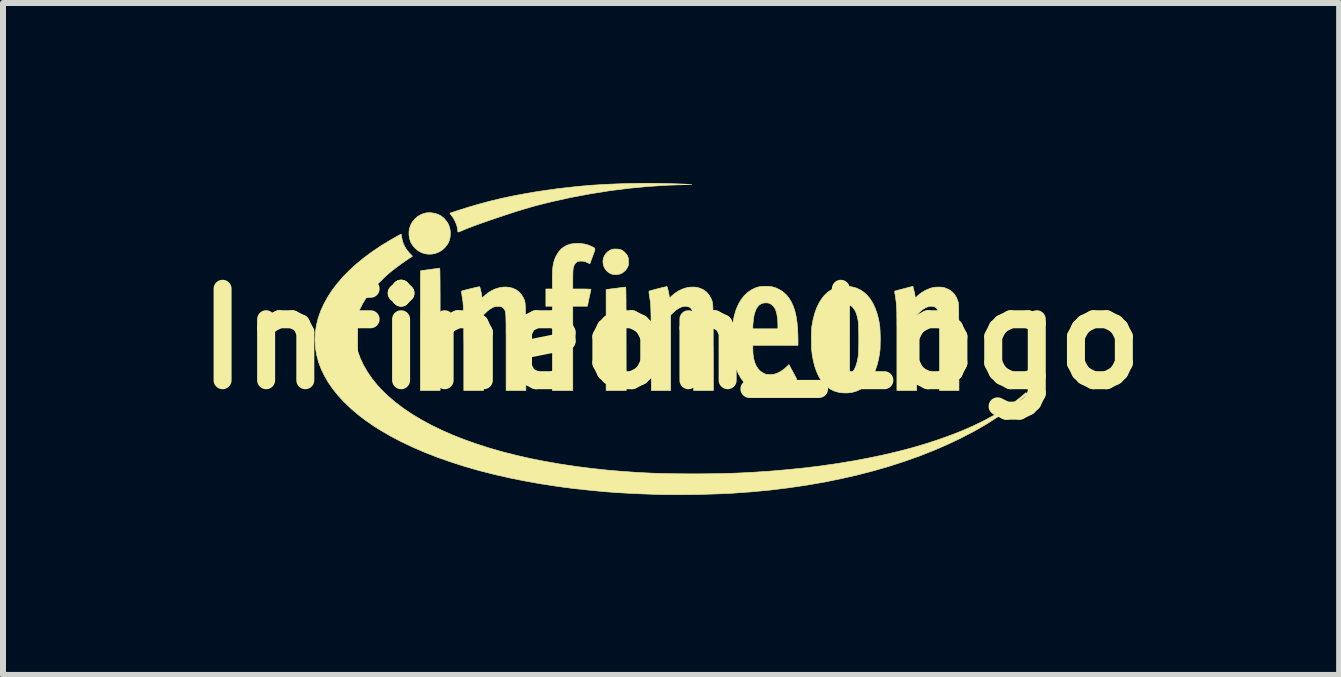
<source format=kicad_pcb>
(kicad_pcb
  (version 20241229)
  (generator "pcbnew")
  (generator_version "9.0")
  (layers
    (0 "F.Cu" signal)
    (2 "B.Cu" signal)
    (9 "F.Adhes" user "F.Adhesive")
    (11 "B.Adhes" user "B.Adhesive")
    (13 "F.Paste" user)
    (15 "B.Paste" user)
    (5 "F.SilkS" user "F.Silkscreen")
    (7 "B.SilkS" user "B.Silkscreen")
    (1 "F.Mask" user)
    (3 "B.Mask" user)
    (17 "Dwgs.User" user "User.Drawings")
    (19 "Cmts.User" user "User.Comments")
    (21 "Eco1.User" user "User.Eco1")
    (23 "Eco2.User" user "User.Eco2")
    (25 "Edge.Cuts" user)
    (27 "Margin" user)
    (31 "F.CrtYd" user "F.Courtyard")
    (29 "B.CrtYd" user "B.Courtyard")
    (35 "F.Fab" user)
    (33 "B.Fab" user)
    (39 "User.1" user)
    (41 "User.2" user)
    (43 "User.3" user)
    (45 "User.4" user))
  (footprint "Infineon_Logo"
    (layer "F.Cu")
    (at 8.135 2.598)
    (property "Reference" "Infineon_Logo" (at 0 0 0) (layer "F.SilkS") (effects (font (size 1.524 1.524) (thickness 0.3))))
    (attr through_hole)
    (fp_poly (pts (xy -0.759 -0.862) (xy -0.758 -0.86) (xy -0.756 -0.856) (xy -0.755 -0.85) (xy -0.754 -0.841) (xy -0.753 -0.829) (xy -0.753 -0.812) (xy -0.752 -0.791) (xy -0.752 -0.765) (xy -0.751 -0.733) (xy -0.751 -0.694) (xy -0.75 -0.648) (xy -0.75 -0.595) (xy -0.75 -0.534) (xy -0.749 -0.464) (xy -0.749 -0.385) (xy -0.749 -0.296) (xy -0.749 -0.196) (xy -0.749 -0.086) (xy -0.749 -0.001) (xy -0.747 0.861) (xy -1.082 0.861) (xy -1.082 -0.822) (xy -0.928 -0.842) (xy -0.886 -0.847) (xy -0.847 -0.852) (xy -0.814 -0.856) (xy -0.787 -0.86) (xy -0.769 -0.862) (xy -0.762 -0.862) (xy -0.76 -0.863) (xy -0.759 -0.862)) (stroke (width 0.01) (type solid)) (fill yes) (layer "F.SilkS"))
    (fp_poly (pts (xy -0.876 -1.495) (xy -0.843 -1.488) (xy -0.814 -1.476) (xy -0.787 -1.455) (xy -0.768 -1.438) (xy -0.742 -1.409) (xy -0.725 -1.381) (xy -0.714 -1.351) (xy -0.709 -1.316) (xy -0.708 -1.288) (xy -0.709 -1.259) (xy -0.71 -1.237) (xy -0.714 -1.22) (xy -0.72 -1.204) (xy -0.724 -1.194) (xy -0.748 -1.156) (xy -0.781 -1.122) (xy -0.819 -1.095) (xy -0.829 -1.09) (xy -0.863 -1.078) (xy -0.903 -1.072) (xy -0.944 -1.071) (xy -0.981 -1.077) (xy -0.987 -1.079) (xy -1.027 -1.097) (xy -1.064 -1.125) (xy -1.094 -1.158) (xy -1.095 -1.16) (xy -1.119 -1.204) (xy -1.132 -1.25) (xy -1.135 -1.296) (xy -1.128 -1.342) (xy -1.11 -1.385) (xy -1.084 -1.424) (xy -1.049 -1.457) (xy -1.011 -1.48) (xy -0.994 -1.488) (xy -0.979 -1.493) (xy -0.961 -1.496) (xy -0.938 -1.497) (xy -0.917 -1.497) (xy -0.876 -1.495)) (stroke (width 0.01) (type solid)) (fill yes) (layer "F.SilkS"))
    (fp_poly (pts (xy -4.004 -2.102) (xy -3.939 -2.093) (xy -3.88 -2.074) (xy -3.826 -2.044) (xy -3.778 -2.003) (xy -3.737 -1.953) (xy -3.729 -1.942) (xy -3.705 -1.897) (xy -3.689 -1.85) (xy -3.68 -1.799) (xy -3.679 -1.757) (xy -3.682 -1.701) (xy -3.692 -1.651) (xy -3.71 -1.605) (xy -3.729 -1.573) (xy -3.769 -1.522) (xy -3.815 -1.48) (xy -3.868 -1.448) (xy -3.925 -1.425) (xy -3.985 -1.413) (xy -4.048 -1.411) (xy -4.108 -1.42) (xy -4.163 -1.439) (xy -4.215 -1.468) (xy -4.262 -1.506) (xy -4.302 -1.551) (xy -4.334 -1.601) (xy -4.341 -1.617) (xy -4.358 -1.669) (xy -4.367 -1.726) (xy -4.368 -1.783) (xy -4.361 -1.838) (xy -4.359 -1.843) (xy -4.338 -1.901) (xy -4.307 -1.955) (xy -4.267 -2.002) (xy -4.22 -2.042) (xy -4.167 -2.073) (xy -4.109 -2.094) (xy -4.102 -2.095) (xy -4.069 -2.101) (xy -4.032 -2.103) (xy -4.004 -2.102)) (stroke (width 0.01) (type solid)) (fill yes) (layer "F.SilkS"))
    (fp_poly (pts (xy -3.855 -1.175) (xy -3.854 -1.169) (xy -3.854 -1.157) (xy -3.853 -1.14) (xy -3.852 -1.117) (xy -3.852 -1.087) (xy -3.851 -1.051) (xy -3.851 -1.007) (xy -3.85 -0.956) (xy -3.85 -0.897) (xy -3.85 -0.829) (xy -3.849 -0.751) (xy -3.849 -0.665) (xy -3.849 -0.568) (xy -3.849 -0.461) (xy -3.849 -0.343) (xy -3.849 -0.214) (xy -3.849 -0.158) (xy -3.849 0.861) (xy -4.178 0.861) (xy -4.178 -0.137) (xy -4.178 -0.246) (xy -4.178 -0.351) (xy -4.177 -0.452) (xy -4.177 -0.548) (xy -4.177 -0.64) (xy -4.177 -0.725) (xy -4.177 -0.805) (xy -4.177 -0.877) (xy -4.177 -0.942) (xy -4.177 -0.998) (xy -4.176 -1.046) (xy -4.176 -1.084) (xy -4.176 -1.112) (xy -4.176 -1.129) (xy -4.175 -1.136) (xy -4.175 -1.136) (xy -4.169 -1.136) (xy -4.153 -1.138) (xy -4.127 -1.142) (xy -4.095 -1.146) (xy -4.057 -1.151) (xy -4.019 -1.156) (xy -3.977 -1.162) (xy -3.938 -1.167) (xy -3.906 -1.171) (xy -3.88 -1.175) (xy -3.863 -1.177) (xy -3.856 -1.177) (xy -3.855 -1.175)) (stroke (width 0.01) (type solid)) (fill yes) (layer "F.SilkS"))
    (fp_poly (pts (xy -1.507 -1.589) (xy -1.44 -1.58) (xy -1.381 -1.564) (xy -1.325 -1.541) (xy -1.321 -1.538) (xy -1.301 -1.528) (xy -1.286 -1.52) (xy -1.276 -1.513) (xy -1.27 -1.504) (xy -1.269 -1.492) (xy -1.272 -1.476) (xy -1.279 -1.454) (xy -1.29 -1.424) (xy -1.304 -1.385) (xy -1.307 -1.376) (xy -1.354 -1.25) (xy -1.378 -1.264) (xy -1.423 -1.284) (xy -1.472 -1.295) (xy -1.513 -1.296) (xy -1.544 -1.292) (xy -1.567 -1.283) (xy -1.587 -1.267) (xy -1.603 -1.246) (xy -1.613 -1.23) (xy -1.62 -1.214) (xy -1.626 -1.196) (xy -1.631 -1.174) (xy -1.634 -1.146) (xy -1.636 -1.111) (xy -1.637 -1.068) (xy -1.638 -1.015) (xy -1.638 -0.991) (xy -1.638 -0.831) (xy -1.485 -0.831) (xy -1.436 -0.831) (xy -1.398 -0.83) (xy -1.371 -0.829) (xy -1.351 -0.828) (xy -1.34 -0.827) (xy -1.335 -0.825) (xy -1.334 -0.823) (xy -1.336 -0.815) (xy -1.34 -0.798) (xy -1.346 -0.772) (xy -1.353 -0.739) (xy -1.361 -0.702) (xy -1.366 -0.68) (xy -1.394 -0.544) (xy -1.638 -0.544) (xy -1.638 0.861) (xy -1.978 0.861) (xy -1.978 -0.544) (xy -2.086 -0.544) (xy -2.086 -0.831) (xy -1.978 -0.831) (xy -1.978 -0.991) (xy -1.978 -1.062) (xy -1.976 -1.124) (xy -1.972 -1.177) (xy -1.966 -1.223) (xy -1.958 -1.264) (xy -1.948 -1.302) (xy -1.935 -1.338) (xy -1.918 -1.375) (xy -1.912 -1.387) (xy -1.877 -1.445) (xy -1.835 -1.494) (xy -1.787 -1.532) (xy -1.732 -1.561) (xy -1.67 -1.581) (xy -1.601 -1.59) (xy -1.525 -1.591) (xy -1.507 -1.589)) (stroke (width 0.01) (type solid)) (fill yes) (layer "F.SilkS"))
    (fp_poly (pts (xy -0.265 -2.592) (xy -0.165 -2.591) (xy -0.066 -2.589) (xy 0.03 -2.586) (xy 0.12 -2.583) (xy 0.203 -2.58) (xy 0.272 -2.576) (xy 0.344 -2.572) (xy 0.272 -2.571) (xy -0.048 -2.561) (xy -0.371 -2.541) (xy -0.696 -2.51) (xy -1.023 -2.469) (xy -1.349 -2.417) (xy -1.674 -2.356) (xy -1.995 -2.285) (xy -2.172 -2.241) (xy -2.268 -2.216) (xy -2.374 -2.186) (xy -2.488 -2.152) (xy -2.61 -2.114) (xy -2.739 -2.072) (xy -2.874 -2.027) (xy -3.013 -1.98) (xy -3.141 -1.935) (xy -3.205 -1.912) (xy -3.261 -1.892) (xy -3.309 -1.874) (xy -3.353 -1.857) (xy -3.395 -1.841) (xy -3.436 -1.824) (xy -3.478 -1.806) (xy -3.5 -1.797) (xy -3.524 -1.787) (xy -3.539 -1.782) (xy -3.548 -1.781) (xy -3.552 -1.784) (xy -3.553 -1.785) (xy -3.555 -1.797) (xy -3.556 -1.812) (xy -3.56 -1.845) (xy -3.57 -1.885) (xy -3.585 -1.927) (xy -3.605 -1.971) (xy -3.628 -2.012) (xy -3.652 -2.048) (xy -3.658 -2.055) (xy -3.672 -2.073) (xy -3.682 -2.086) (xy -3.686 -2.094) (xy -3.686 -2.095) (xy -3.68 -2.097) (xy -3.665 -2.102) (xy -3.641 -2.11) (xy -3.611 -2.12) (xy -3.577 -2.131) (xy -3.565 -2.135) (xy -3.376 -2.195) (xy -3.19 -2.249) (xy -3.006 -2.298) (xy -2.821 -2.342) (xy -2.633 -2.382) (xy -2.439 -2.419) (xy -2.238 -2.453) (xy -2.077 -2.477) (xy -1.887 -2.503) (xy -1.7 -2.525) (xy -1.516 -2.544) (xy -1.331 -2.56) (xy -1.143 -2.572) (xy -0.95 -2.581) (xy -0.75 -2.588) (xy -0.55 -2.592) (xy -0.46 -2.593) (xy -0.364 -2.593) (xy -0.265 -2.592)) (stroke (width 0.01) (type solid)) (fill yes) (layer "F.SilkS"))
    (fp_poly (pts (xy 4.047 -0.812) (xy 4.055 -0.782) (xy 4.061 -0.751) (xy 4.066 -0.725) (xy 4.067 -0.714) (xy 4.071 -0.678) (xy 4.11 -0.717) (xy 4.148 -0.75) (xy 4.186 -0.777) (xy 4.23 -0.803) (xy 4.264 -0.819) (xy 4.314 -0.84) (xy 4.361 -0.854) (xy 4.409 -0.861) (xy 4.461 -0.863) (xy 4.494 -0.862) (xy 4.519 -0.86) (xy 4.541 -0.856) (xy 4.564 -0.85) (xy 4.574 -0.846) (xy 4.632 -0.821) (xy 4.682 -0.787) (xy 4.723 -0.745) (xy 4.755 -0.694) (xy 4.78 -0.634) (xy 4.785 -0.615) (xy 4.787 -0.609) (xy 4.788 -0.601) (xy 4.789 -0.592) (xy 4.791 -0.58) (xy 4.792 -0.565) (xy 4.792 -0.546) (xy 4.793 -0.523) (xy 4.794 -0.494) (xy 4.795 -0.46) (xy 4.795 -0.42) (xy 4.795 -0.372) (xy 4.796 -0.317) (xy 4.796 -0.253) (xy 4.797 -0.18) (xy 4.797 -0.098) (xy 4.797 -0.005) (xy 4.797 0.099) (xy 4.798 0.142) (xy 4.799 0.861) (xy 4.476 0.861) (xy 4.476 0.261) (xy 4.476 0.16) (xy 4.476 0.065) (xy 4.476 -0.022) (xy 4.475 -0.102) (xy 4.475 -0.173) (xy 4.474 -0.235) (xy 4.473 -0.288) (xy 4.473 -0.331) (xy 4.472 -0.363) (xy 4.471 -0.384) (xy 4.47 -0.391) (xy 4.462 -0.439) (xy 4.449 -0.478) (xy 4.431 -0.506) (xy 4.407 -0.526) (xy 4.379 -0.538) (xy 4.336 -0.544) (xy 4.291 -0.538) (xy 4.245 -0.52) (xy 4.197 -0.491) (xy 4.148 -0.451) (xy 4.145 -0.447) (xy 4.094 -0.399) (xy 4.094 0.861) (xy 3.765 0.861) (xy 3.765 0.18) (xy 3.765 0.071) (xy 3.765 -0.028) (xy 3.765 -0.115) (xy 3.765 -0.194) (xy 3.764 -0.263) (xy 3.764 -0.324) (xy 3.763 -0.378) (xy 3.763 -0.425) (xy 3.762 -0.467) (xy 3.761 -0.503) (xy 3.759 -0.535) (xy 3.757 -0.563) (xy 3.755 -0.589) (xy 3.753 -0.612) (xy 3.75 -0.634) (xy 3.747 -0.656) (xy 3.744 -0.678) (xy 3.74 -0.701) (xy 3.739 -0.711) (xy 3.734 -0.741) (xy 3.73 -0.766) (xy 3.728 -0.784) (xy 3.727 -0.794) (xy 3.727 -0.794) (xy 3.733 -0.797) (xy 3.749 -0.801) (xy 3.773 -0.808) (xy 3.802 -0.816) (xy 3.835 -0.825) (xy 3.87 -0.834) (xy 3.906 -0.843) (xy 3.939 -0.852) (xy 3.969 -0.86) (xy 3.993 -0.866) (xy 4.009 -0.869) (xy 4.013 -0.87) (xy 4.032 -0.874) (xy 4.047 -0.812)) (stroke (width 0.01) (type solid)) (fill yes) (layer "F.SilkS"))
    (fp_poly (pts (xy -0.068 -0.871) (xy -0.064 -0.862) (xy -0.058 -0.845) (xy -0.052 -0.821) (xy -0.046 -0.795) (xy -0.04 -0.767) (xy -0.035 -0.742) (xy -0.032 -0.722) (xy -0.032 -0.722) (xy -0.03 -0.701) (xy -0.028 -0.687) (xy -0.026 -0.681) (xy -0.026 -0.681) (xy -0.021 -0.685) (xy -0.009 -0.695) (xy 0.006 -0.71) (xy 0.011 -0.715) (xy 0.066 -0.761) (xy 0.126 -0.8) (xy 0.19 -0.83) (xy 0.256 -0.851) (xy 0.323 -0.862) (xy 0.389 -0.863) (xy 0.428 -0.859) (xy 0.488 -0.842) (xy 0.543 -0.816) (xy 0.59 -0.781) (xy 0.629 -0.738) (xy 0.657 -0.691) (xy 0.664 -0.678) (xy 0.67 -0.666) (xy 0.675 -0.655) (xy 0.679 -0.644) (xy 0.683 -0.632) (xy 0.687 -0.618) (xy 0.69 -0.603) (xy 0.692 -0.584) (xy 0.695 -0.563) (xy 0.697 -0.537) (xy 0.698 -0.506) (xy 0.699 -0.47) (xy 0.7 -0.427) (xy 0.701 -0.378) (xy 0.702 -0.321) (xy 0.702 -0.256) (xy 0.703 -0.182) (xy 0.703 -0.098) (xy 0.703 -0.004) (xy 0.703 0.101) (xy 0.704 0.154) (xy 0.706 0.861) (xy 0.377 0.861) (xy 0.376 0.247) (xy 0.376 0.147) (xy 0.376 0.054) (xy 0.376 -0.032) (xy 0.375 -0.111) (xy 0.375 -0.182) (xy 0.374 -0.245) (xy 0.374 -0.298) (xy 0.373 -0.342) (xy 0.372 -0.376) (xy 0.371 -0.399) (xy 0.37 -0.409) (xy 0.361 -0.451) (xy 0.347 -0.486) (xy 0.328 -0.513) (xy 0.308 -0.528) (xy 0.27 -0.541) (xy 0.228 -0.543) (xy 0.184 -0.535) (xy 0.139 -0.515) (xy 0.091 -0.485) (xy 0.044 -0.445) (xy 0.035 -0.437) (xy -0.006 -0.397) (xy -0.006 0.861) (xy -0.328 0.861) (xy -0.33 0.163) (xy -0.331 0.055) (xy -0.331 -0.042) (xy -0.332 -0.128) (xy -0.332 -0.205) (xy -0.333 -0.272) (xy -0.333 -0.332) (xy -0.334 -0.384) (xy -0.335 -0.43) (xy -0.336 -0.469) (xy -0.337 -0.504) (xy -0.338 -0.534) (xy -0.34 -0.561) (xy -0.342 -0.585) (xy -0.344 -0.607) (xy -0.346 -0.628) (xy -0.349 -0.648) (xy -0.352 -0.669) (xy -0.356 -0.69) (xy -0.359 -0.713) (xy -0.364 -0.745) (xy -0.367 -0.77) (xy -0.368 -0.787) (xy -0.367 -0.794) (xy -0.36 -0.797) (xy -0.343 -0.803) (xy -0.319 -0.81) (xy -0.289 -0.818) (xy -0.255 -0.827) (xy -0.219 -0.836) (xy -0.183 -0.845) (xy -0.149 -0.854) (xy -0.118 -0.861) (xy -0.094 -0.867) (xy -0.076 -0.87) (xy -0.068 -0.871) (xy -0.068 -0.871)) (stroke (width 0.01) (type solid)) (fill yes) (layer "F.SilkS"))
    (fp_poly (pts (xy 1.623 -0.875) (xy 1.668 -0.871) (xy 1.7 -0.864) (xy 1.753 -0.847) (xy 1.805 -0.822) (xy 1.853 -0.793) (xy 1.877 -0.775) (xy 1.927 -0.728) (xy 1.97 -0.673) (xy 2.007 -0.611) (xy 2.039 -0.54) (xy 2.065 -0.46) (xy 2.085 -0.372) (xy 2.1 -0.273) (xy 2.11 -0.165) (xy 2.115 -0.047) (xy 2.116 0.007) (xy 2.116 0.108) (xy 1.363 0.108) (xy 1.363 0.166) (xy 1.366 0.252) (xy 1.377 0.329) (xy 1.396 0.396) (xy 1.421 0.454) (xy 1.454 0.503) (xy 1.494 0.543) (xy 1.541 0.572) (xy 1.562 0.583) (xy 1.579 0.589) (xy 1.595 0.593) (xy 1.615 0.594) (xy 1.641 0.595) (xy 1.646 0.595) (xy 1.681 0.594) (xy 1.708 0.591) (xy 1.734 0.585) (xy 1.75 0.58) (xy 1.795 0.561) (xy 1.842 0.534) (xy 1.889 0.5) (xy 1.925 0.468) (xy 1.965 0.429) (xy 1.992 0.479) (xy 2.006 0.505) (xy 2.023 0.536) (xy 2.041 0.57) (xy 2.058 0.601) (xy 2.096 0.672) (xy 2.066 0.704) (xy 2.013 0.753) (xy 1.952 0.797) (xy 1.888 0.834) (xy 1.822 0.864) (xy 1.768 0.881) (xy 1.72 0.891) (xy 1.665 0.897) (xy 1.611 0.9) (xy 1.56 0.898) (xy 1.54 0.897) (xy 1.463 0.881) (xy 1.391 0.855) (xy 1.324 0.819) (xy 1.263 0.772) (xy 1.209 0.715) (xy 1.16 0.648) (xy 1.118 0.572) (xy 1.091 0.508) (xy 1.063 0.426) (xy 1.042 0.335) (xy 1.026 0.237) (xy 1.016 0.135) (xy 1.012 0.03) (xy 1.013 -0.075) (xy 1.021 -0.179) (xy 1.023 -0.197) (xy 1.363 -0.197) (xy 1.363 -0.167) (xy 1.781 -0.167) (xy 1.781 -0.232) (xy 1.779 -0.293) (xy 1.773 -0.352) (xy 1.765 -0.406) (xy 1.753 -0.454) (xy 1.739 -0.493) (xy 1.73 -0.511) (xy 1.712 -0.536) (xy 1.688 -0.561) (xy 1.663 -0.58) (xy 1.64 -0.592) (xy 1.61 -0.599) (xy 1.575 -0.6) (xy 1.541 -0.597) (xy 1.511 -0.589) (xy 1.504 -0.586) (xy 1.469 -0.563) (xy 1.438 -0.528) (xy 1.413 -0.485) (xy 1.394 -0.431) (xy 1.384 -0.394) (xy 1.379 -0.362) (xy 1.373 -0.324) (xy 1.369 -0.283) (xy 1.365 -0.244) (xy 1.363 -0.211) (xy 1.363 -0.197) (xy 1.023 -0.197) (xy 1.033 -0.279) (xy 1.052 -0.374) (xy 1.076 -0.462) (xy 1.091 -0.504) (xy 1.127 -0.584) (xy 1.17 -0.656) (xy 1.219 -0.718) (xy 1.274 -0.771) (xy 1.335 -0.814) (xy 1.401 -0.847) (xy 1.444 -0.862) (xy 1.481 -0.87) (xy 1.526 -0.874) (xy 1.575 -0.876) (xy 1.623 -0.875)) (stroke (width 0.01) (type solid)) (fill yes) (layer "F.SilkS"))
    (fp_poly (pts (xy -3.191 -0.869) (xy -3.188 -0.861) (xy -3.182 -0.844) (xy -3.176 -0.821) (xy -3.17 -0.795) (xy -3.164 -0.77) (xy -3.159 -0.747) (xy -3.156 -0.73) (xy -3.155 -0.724) (xy -3.154 -0.706) (xy -3.152 -0.695) (xy -3.15 -0.689) (xy -3.146 -0.688) (xy -3.138 -0.692) (xy -3.126 -0.703) (xy -3.106 -0.72) (xy -3.105 -0.722) (xy -3.049 -0.767) (xy -2.99 -0.804) (xy -2.93 -0.832) (xy -2.868 -0.851) (xy -2.807 -0.862) (xy -2.746 -0.864) (xy -2.688 -0.857) (xy -2.633 -0.842) (xy -2.583 -0.818) (xy -2.538 -0.786) (xy -2.499 -0.745) (xy -2.468 -0.696) (xy -2.465 -0.691) (xy -2.459 -0.679) (xy -2.454 -0.668) (xy -2.449 -0.658) (xy -2.445 -0.648) (xy -2.441 -0.636) (xy -2.438 -0.623) (xy -2.435 -0.608) (xy -2.432 -0.59) (xy -2.43 -0.569) (xy -2.429 -0.543) (xy -2.427 -0.513) (xy -2.426 -0.477) (xy -2.425 -0.434) (xy -2.424 -0.385) (xy -2.424 -0.328) (xy -2.423 -0.263) (xy -2.423 -0.189) (xy -2.423 -0.105) (xy -2.422 -0.012) (xy -2.422 0.093) (xy -2.422 0.148) (xy -2.42 0.861) (xy -2.749 0.861) (xy -2.749 0.232) (xy -2.749 0.127) (xy -2.749 0.034) (xy -2.749 -0.049) (xy -2.75 -0.121) (xy -2.75 -0.185) (xy -2.75 -0.24) (xy -2.751 -0.287) (xy -2.752 -0.328) (xy -2.753 -0.362) (xy -2.754 -0.39) (xy -2.756 -0.413) (xy -2.758 -0.432) (xy -2.761 -0.447) (xy -2.763 -0.459) (xy -2.767 -0.469) (xy -2.77 -0.478) (xy -2.774 -0.485) (xy -2.779 -0.493) (xy -2.782 -0.497) (xy -2.798 -0.517) (xy -2.817 -0.53) (xy -2.84 -0.538) (xy -2.872 -0.541) (xy -2.887 -0.541) (xy -2.914 -0.54) (xy -2.933 -0.538) (xy -2.95 -0.533) (xy -2.968 -0.525) (xy -2.97 -0.524) (xy -3.016 -0.497) (xy -3.055 -0.468) (xy -3.091 -0.435) (xy -3.126 -0.4) (xy -3.126 0.861) (xy -3.454 0.861) (xy -3.454 0.201) (xy -3.454 0.09) (xy -3.455 -0.01) (xy -3.455 -0.099) (xy -3.455 -0.179) (xy -3.455 -0.25) (xy -3.456 -0.312) (xy -3.457 -0.368) (xy -3.458 -0.417) (xy -3.459 -0.46) (xy -3.46 -0.497) (xy -3.462 -0.531) (xy -3.464 -0.561) (xy -3.466 -0.588) (xy -3.468 -0.613) (xy -3.471 -0.637) (xy -3.475 -0.661) (xy -3.478 -0.684) (xy -3.482 -0.705) (xy -3.487 -0.735) (xy -3.49 -0.762) (xy -3.492 -0.782) (xy -3.493 -0.793) (xy -3.492 -0.795) (xy -3.484 -0.798) (xy -3.467 -0.804) (xy -3.442 -0.811) (xy -3.412 -0.819) (xy -3.378 -0.827) (xy -3.342 -0.836) (xy -3.305 -0.845) (xy -3.271 -0.853) (xy -3.241 -0.86) (xy -3.216 -0.865) (xy -3.199 -0.868) (xy -3.192 -0.869) (xy -3.191 -0.869)) (stroke (width 0.01) (type solid)) (fill yes) (layer "F.SilkS"))
    (fp_poly (pts (xy 2.934 -0.877) (xy 3.013 -0.867) (xy 3.085 -0.848) (xy 3.153 -0.817) (xy 3.214 -0.777) (xy 3.27 -0.726) (xy 3.32 -0.665) (xy 3.364 -0.594) (xy 3.402 -0.513) (xy 3.434 -0.423) (xy 3.46 -0.323) (xy 3.476 -0.233) (xy 3.48 -0.201) (xy 3.483 -0.159) (xy 3.485 -0.111) (xy 3.487 -0.057) (xy 3.488 -0.001) (xy 3.487 0.054) (xy 3.486 0.107) (xy 3.485 0.155) (xy 3.482 0.195) (xy 3.479 0.221) (xy 3.46 0.335) (xy 3.434 0.438) (xy 3.402 0.531) (xy 3.365 0.614) (xy 3.321 0.686) (xy 3.271 0.749) (xy 3.215 0.8) (xy 3.154 0.842) (xy 3.086 0.873) (xy 3.015 0.893) (xy 2.981 0.898) (xy 2.94 0.901) (xy 2.895 0.901) (xy 2.851 0.899) (xy 2.813 0.895) (xy 2.801 0.893) (xy 2.729 0.873) (xy 2.663 0.843) (xy 2.603 0.802) (xy 2.549 0.751) (xy 2.5 0.69) (xy 2.458 0.618) (xy 2.422 0.536) (xy 2.391 0.444) (xy 2.367 0.341) (xy 2.354 0.268) (xy 2.35 0.239) (xy 2.347 0.213) (xy 2.344 0.185) (xy 2.342 0.155) (xy 2.341 0.12) (xy 2.341 0.078) (xy 2.34 0.027) (xy 2.34 0.012) (xy 2.34 -0.048) (xy 2.69 -0.048) (xy 2.691 0.029) (xy 2.691 0.064) (xy 2.693 0.139) (xy 2.695 0.204) (xy 2.699 0.26) (xy 2.704 0.308) (xy 2.71 0.35) (xy 2.718 0.388) (xy 2.729 0.423) (xy 2.741 0.457) (xy 2.752 0.483) (xy 2.777 0.525) (xy 2.807 0.559) (xy 2.841 0.584) (xy 2.878 0.599) (xy 2.917 0.603) (xy 2.957 0.597) (xy 2.966 0.594) (xy 3.001 0.574) (xy 3.033 0.543) (xy 3.06 0.5) (xy 3.083 0.447) (xy 3.102 0.383) (xy 3.117 0.309) (xy 3.121 0.284) (xy 3.123 0.257) (xy 3.125 0.221) (xy 3.127 0.176) (xy 3.128 0.126) (xy 3.129 0.072) (xy 3.129 0.015) (xy 3.129 -0.043) (xy 3.128 -0.099) (xy 3.127 -0.153) (xy 3.126 -0.202) (xy 3.124 -0.244) (xy 3.121 -0.279) (xy 3.119 -0.303) (xy 3.118 -0.306) (xy 3.103 -0.376) (xy 3.084 -0.435) (xy 3.061 -0.483) (xy 3.033 -0.521) (xy 3.001 -0.55) (xy 2.964 -0.568) (xy 2.946 -0.574) (xy 2.903 -0.579) (xy 2.863 -0.572) (xy 2.827 -0.555) (xy 2.795 -0.526) (xy 2.766 -0.488) (xy 2.742 -0.439) (xy 2.722 -0.38) (xy 2.716 -0.355) (xy 2.708 -0.315) (xy 2.702 -0.272) (xy 2.697 -0.225) (xy 2.693 -0.173) (xy 2.691 -0.114) (xy 2.69 -0.048) (xy 2.34 -0.048) (xy 2.34 -0.059) (xy 2.342 -0.118) (xy 2.343 -0.165) (xy 2.346 -0.2) (xy 2.348 -0.212) (xy 2.368 -0.322) (xy 2.394 -0.422) (xy 2.426 -0.512) (xy 2.464 -0.593) (xy 2.508 -0.664) (xy 2.557 -0.726) (xy 2.611 -0.777) (xy 2.671 -0.817) (xy 2.736 -0.848) (xy 2.806 -0.868) (xy 2.881 -0.877) (xy 2.934 -0.877)) (stroke (width 0.01) (type solid)) (fill yes) (layer "F.SilkS"))
    (fp_poly (pts (xy -4.497 -1.738) (xy -4.494 -1.722) (xy -4.491 -1.701) (xy -4.49 -1.693) (xy -4.474 -1.621) (xy -4.448 -1.554) (xy -4.411 -1.492) (xy -4.363 -1.433) (xy -4.356 -1.426) (xy -4.337 -1.407) (xy -4.323 -1.391) (xy -4.313 -1.381) (xy -4.311 -1.377) (xy -4.373 -1.337) (xy -4.44 -1.291) (xy -4.509 -1.242) (xy -4.577 -1.192) (xy -4.64 -1.143) (xy -4.683 -1.109) (xy -4.714 -1.082) (xy -4.751 -1.049) (xy -4.791 -1.011) (xy -4.832 -0.971) (xy -4.874 -0.93) (xy -4.913 -0.89) (xy -4.949 -0.852) (xy -4.979 -0.819) (xy -5.002 -0.792) (xy -5.004 -0.789) (xy -5.077 -0.69) (xy -5.139 -0.59) (xy -5.189 -0.491) (xy -5.228 -0.392) (xy -5.256 -0.294) (xy -5.272 -0.196) (xy -5.276 -0.1) (xy -5.272 -0.033) (xy -5.253 0.086) (xy -5.223 0.204) (xy -5.181 0.321) (xy -5.127 0.436) (xy -5.062 0.549) (xy -4.987 0.659) (xy -4.9 0.767) (xy -4.829 0.845) (xy -4.717 0.953) (xy -4.594 1.058) (xy -4.461 1.159) (xy -4.316 1.256) (xy -4.161 1.349) (xy -3.997 1.438) (xy -3.822 1.523) (xy -3.638 1.604) (xy -3.444 1.68) (xy -3.241 1.752) (xy -3.03 1.82) (xy -2.81 1.883) (xy -2.581 1.941) (xy -2.345 1.995) (xy -2.101 2.043) (xy -1.849 2.087) (xy -1.59 2.126) (xy -1.324 2.16) (xy -1.052 2.189) (xy -0.828 2.208) (xy -0.713 2.216) (xy -0.605 2.224) (xy -0.5 2.23) (xy -0.396 2.235) (xy -0.293 2.24) (xy -0.189 2.243) (xy -0.08 2.246) (xy 0.033 2.248) (xy 0.154 2.249) (xy 0.284 2.25) (xy 0.371 2.25) (xy 0.484 2.25) (xy 0.587 2.249) (xy 0.682 2.248) (xy 0.77 2.247) (xy 0.854 2.246) (xy 0.933 2.244) (xy 1.012 2.241) (xy 1.09 2.238) (xy 1.171 2.234) (xy 1.255 2.23) (xy 1.333 2.226) (xy 1.631 2.207) (xy 1.923 2.182) (xy 2.209 2.153) (xy 2.489 2.119) (xy 2.762 2.08) (xy 3.027 2.036) (xy 3.285 1.988) (xy 3.535 1.936) (xy 3.777 1.879) (xy 4.011 1.818) (xy 4.236 1.752) (xy 4.451 1.682) (xy 4.658 1.608) (xy 4.855 1.531) (xy 5.041 1.449) (xy 5.218 1.363) (xy 5.383 1.274) (xy 5.538 1.181) (xy 5.605 1.137) (xy 5.713 1.061) (xy 5.812 0.985) (xy 5.867 0.939) (xy 5.917 0.896) (xy 5.924 0.911) (xy 5.926 0.919) (xy 5.925 0.927) (xy 5.918 0.936) (xy 5.903 0.95) (xy 5.899 0.955) (xy 5.847 1) (xy 5.786 1.049) (xy 5.72 1.102) (xy 5.65 1.155) (xy 5.578 1.208) (xy 5.506 1.259) (xy 5.445 1.301) (xy 5.252 1.424) (xy 5.049 1.541) (xy 4.836 1.652) (xy 4.613 1.758) (xy 4.382 1.858) (xy 4.142 1.953) (xy 3.893 2.041) (xy 3.637 2.124) (xy 3.373 2.2) (xy 3.102 2.27) (xy 2.825 2.333) (xy 2.542 2.39) (xy 2.252 2.44) (xy 1.958 2.483) (xy 1.658 2.52) (xy 1.354 2.549) (xy 1.046 2.571) (xy 1.028 2.573) (xy 0.922 2.578) (xy 0.806 2.583) (xy 0.683 2.587) (xy 0.557 2.591) (xy 0.428 2.594) (xy 0.3 2.596) (xy 0.175 2.597) (xy 0.057 2.597) (xy -0.054 2.596) (xy -0.081 2.596) (xy -0.181 2.594) (xy -0.287 2.591) (xy -0.397 2.587) (xy -0.51 2.583) (xy -0.623 2.578) (xy -0.735 2.572) (xy -0.843 2.566) (xy -0.947 2.559) (xy -1.044 2.552) (xy -1.131 2.545) (xy -1.186 2.54) (xy -1.306 2.528) (xy -1.415 2.517) (xy -1.515 2.506) (xy -1.609 2.496) (xy -1.698 2.485) (xy -1.785 2.474) (xy -1.869 2.462) (xy -1.892 2.459) (xy -2.168 2.417) (xy -2.437 2.369) (xy -2.699 2.316) (xy -2.954 2.258) (xy -3.201 2.195) (xy -3.439 2.127) (xy -3.669 2.053) (xy -3.89 1.976) (xy -4.102 1.893) (xy -4.304 1.806) (xy -4.497 1.715) (xy -4.678 1.62) (xy -4.849 1.52) (xy -4.946 1.459) (xy -5.087 1.362) (xy -5.218 1.262) (xy -5.338 1.159) (xy -5.448 1.054) (xy -5.547 0.947) (xy -5.635 0.838) (xy -5.712 0.728) (xy -5.777 0.615) (xy -5.832 0.502) (xy -5.875 0.387) (xy -5.906 0.271) (xy -5.926 0.154) (xy -5.934 0.036) (xy -5.935 0.015) (xy -5.929 -0.105) (xy -5.911 -0.224) (xy -5.882 -0.343) (xy -5.841 -0.461) (xy -5.788 -0.578) (xy -5.725 -0.693) (xy -5.651 -0.808) (xy -5.565 -0.92) (xy -5.47 -1.031) (xy -5.363 -1.14) (xy -5.246 -1.247) (xy -5.119 -1.351) (xy -4.982 -1.452) (xy -4.835 -1.551) (xy -4.678 -1.647) (xy -4.594 -1.694) (xy -4.564 -1.711) (xy -4.538 -1.725) (xy -4.517 -1.736) (xy -4.503 -1.743) (xy -4.498 -1.744) (xy -4.497 -1.738)) (stroke (width 0.01) (type solid)) (fill yes) (layer "F.SilkS")))
  (gr_rect
    (start -3 -3)
    (end 19.271 8.2)
    (stroke (width 0.1) (type default))
    (fill no)
    (layer "Edge.Cuts")))
</source>
